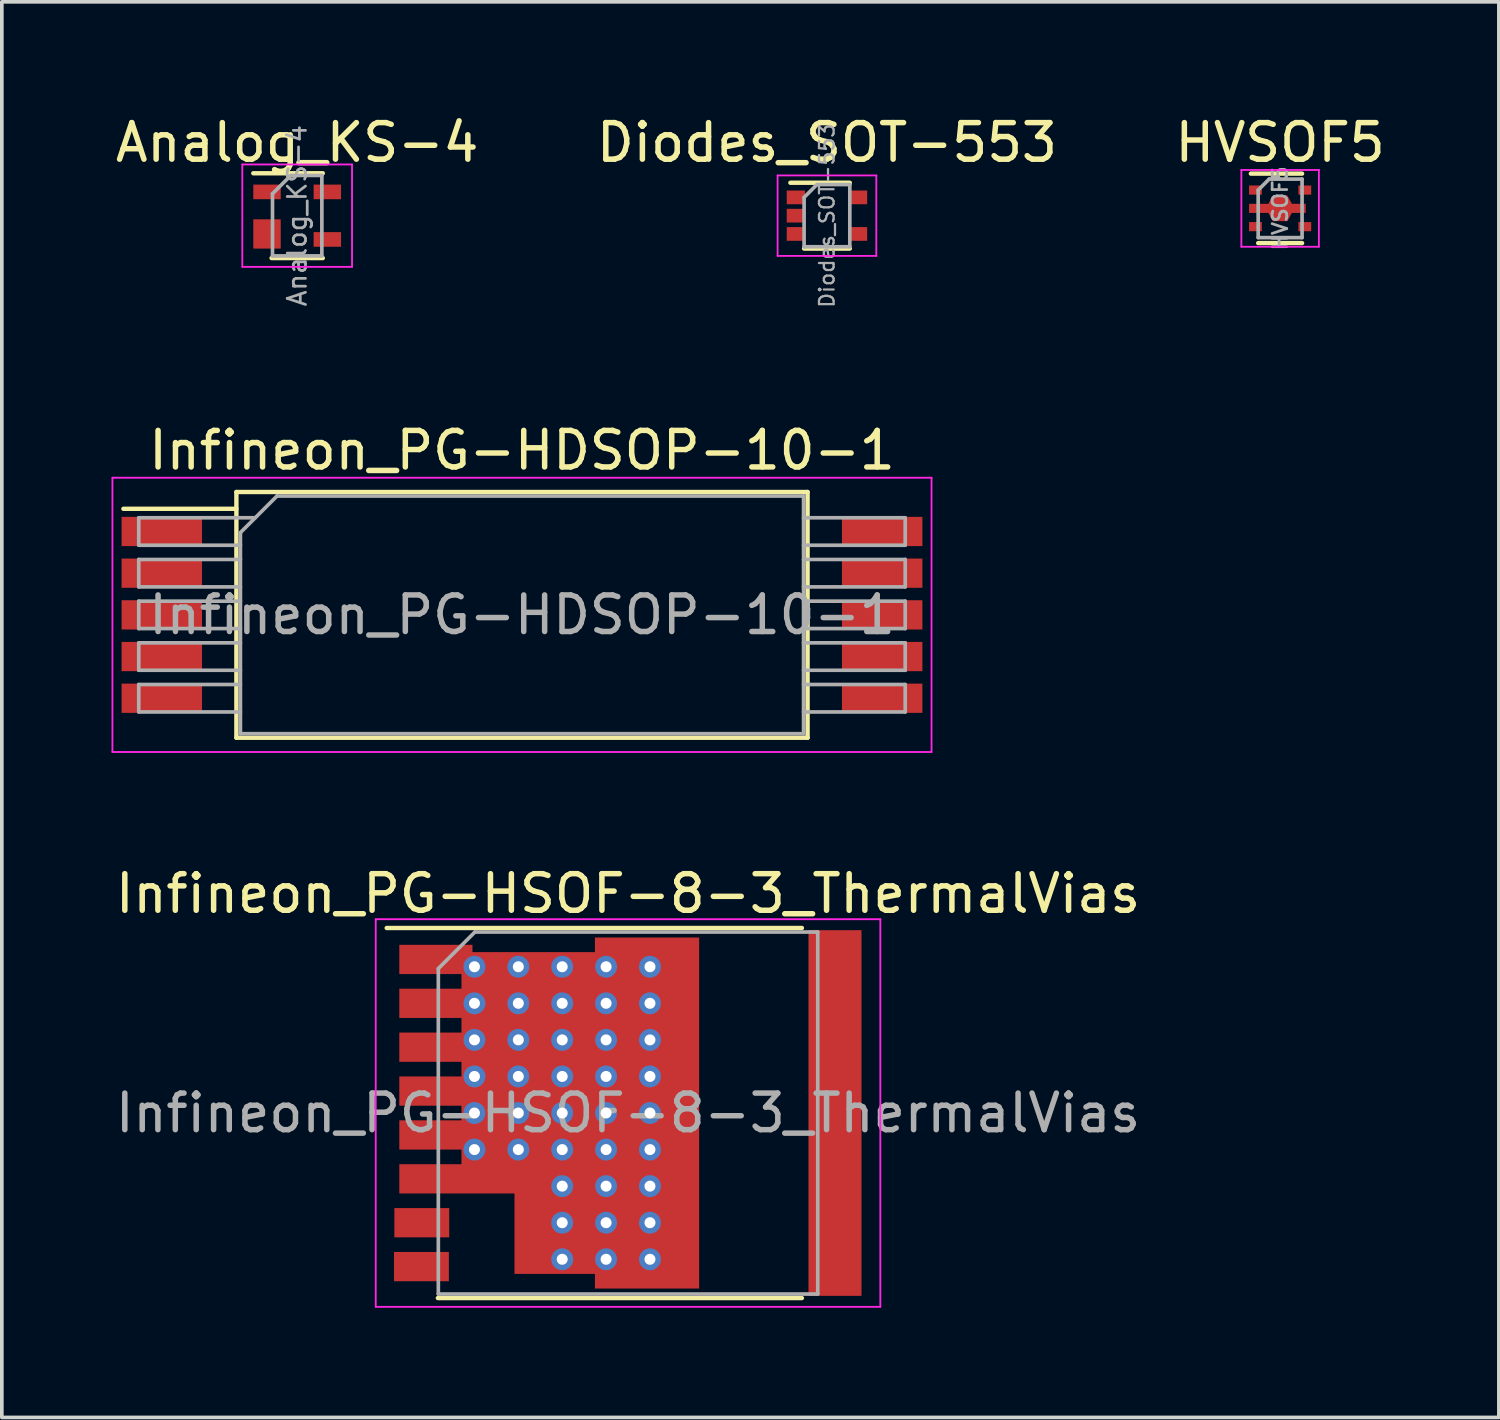
<source format=kicad_pcb>
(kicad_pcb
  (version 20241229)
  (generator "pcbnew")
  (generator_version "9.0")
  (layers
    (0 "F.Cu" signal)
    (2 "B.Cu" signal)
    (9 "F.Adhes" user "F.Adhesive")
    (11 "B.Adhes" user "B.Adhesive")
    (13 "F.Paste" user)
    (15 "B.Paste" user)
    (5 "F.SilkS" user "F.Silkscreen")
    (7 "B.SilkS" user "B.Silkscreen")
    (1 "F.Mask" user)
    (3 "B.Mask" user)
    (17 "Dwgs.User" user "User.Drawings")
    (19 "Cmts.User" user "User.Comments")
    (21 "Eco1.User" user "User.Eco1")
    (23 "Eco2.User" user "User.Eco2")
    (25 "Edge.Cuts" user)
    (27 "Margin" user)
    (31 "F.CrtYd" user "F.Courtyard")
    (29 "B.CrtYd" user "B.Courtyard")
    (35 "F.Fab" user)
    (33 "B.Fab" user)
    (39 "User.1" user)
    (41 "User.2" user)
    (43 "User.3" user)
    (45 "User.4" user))
  (footprint "Analog_KS-4"
    (layer "F.Cu")
    (at 5.077 2.848)
    (property "Reference" "Analog_KS-4" (at 0 -2 0) (layer "F.SilkS") (effects (font (size 1 1) (thickness 0.15))))
    (attr smd)
    (fp_line (start -0.7 1.16) (end 0.7 1.16) (stroke (width 0.12) (type solid)) (layer "F.SilkS"))
    (fp_line (start 0.7 -1.16) (end -1.2 -1.16) (stroke (width 0.12) (type solid)) (layer "F.SilkS"))
    (fp_line (start -1.5 -1.4) (end -1.5 1.4) (stroke (width 0.05) (type solid)) (layer "F.CrtYd"))
    (fp_line (start -1.5 -1.4) (end 1.5 -1.4) (stroke (width 0.05) (type solid)) (layer "F.CrtYd"))
    (fp_line (start -1.5 1.4) (end 1.5 1.4) (stroke (width 0.05) (type solid)) (layer "F.CrtYd"))
    (fp_line (start 1.5 1.4) (end 1.5 -1.4) (stroke (width 0.05) (type solid)) (layer "F.CrtYd"))
    (fp_line (start -0.675 -0.6) (end -0.675 1.1) (stroke (width 0.1) (type solid)) (layer "F.Fab"))
    (fp_line (start -0.175 -1.1) (end -0.675 -0.6) (stroke (width 0.1) (type solid)) (layer "F.Fab"))
    (fp_line (start 0.675 -1.1) (end -0.175 -1.1) (stroke (width 0.1) (type solid)) (layer "F.Fab"))
    (fp_line (start 0.675 -1.1) (end 0.675 1.1) (stroke (width 0.1) (type solid)) (layer "F.Fab"))
    (fp_line (start 0.675 1.1) (end -0.675 1.1) (stroke (width 0.1) (type solid)) (layer "F.Fab"))
    (fp_text user "${REFERENCE}" (at 0 0 90) (layer "F.Fab") (effects (font (size 0.5 0.5) (thickness 0.075))))
    (pad "1" smd rect (at -0.825 -0.65) (size 0.75 0.4) (layers "F.Cu" "F.Mask" "F.Paste"))
    (pad "2" smd rect (at -0.825 0.5) (size 0.75 0.8) (layers "F.Cu" "F.Mask" "F.Paste"))
    (pad "3" smd rect (at 0.825 0.65) (size 0.75 0.4) (layers "F.Cu" "F.Mask" "F.Paste"))
    (pad "4" smd rect (at 0.825 -0.65) (size 0.75 0.4) (layers "F.Cu" "F.Mask" "F.Paste")))
  (footprint "HVSOF5"
    (layer "F.Cu")
    (at 31.958 2.648)
    (property "Reference" "HVSOF5" (at 0 -1.8 0) (layer "F.SilkS") (effects (font (size 1 1) (thickness 0.15))))
    (attr smd)
    (fp_line (start -0.8 -0.95) (end 0.6 -0.95) (stroke (width 0.12) (type solid)) (layer "F.SilkS"))
    (fp_line (start -0.6 0.95) (end 0.6 0.95) (stroke (width 0.12) (type solid)) (layer "F.SilkS"))
    (fp_line (start -1.06 -1.05) (end -1.06 1.05) (stroke (width 0.05) (type solid)) (layer "F.CrtYd"))
    (fp_line (start -1.06 -1.05) (end 1.06 -1.05) (stroke (width 0.05) (type solid)) (layer "F.CrtYd"))
    (fp_line (start 1.06 1.05) (end -1.06 1.05) (stroke (width 0.05) (type solid)) (layer "F.CrtYd"))
    (fp_line (start 1.06 1.05) (end 1.06 -1.05) (stroke (width 0.05) (type solid)) (layer "F.CrtYd"))
    (fp_line (start -0.6 -0.5) (end -0.6 0.8) (stroke (width 0.1) (type solid)) (layer "F.Fab"))
    (fp_line (start -0.6 -0.5) (end -0.3 -0.8) (stroke (width 0.1) (type solid)) (layer "F.Fab"))
    (fp_line (start 0.6 -0.8) (end -0.3 -0.8) (stroke (width 0.1) (type solid)) (layer "F.Fab"))
    (fp_line (start 0.6 -0.8) (end 0.6 0.8) (stroke (width 0.1) (type solid)) (layer "F.Fab"))
    (fp_line (start 0.6 0.8) (end -0.6 0.8) (stroke (width 0.1) (type solid)) (layer "F.Fab"))
    (fp_text user "${REFERENCE}" (at 0 0 90) (layer "F.Fab") (effects (font (size 0.4 0.4) (thickness 0.075))))
    (pad "1" smd rect (at -0.675 -0.5 270) (size 0.25 0.35) (layers "F.Cu" "F.Mask" "F.Paste"))
    (pad "2" smd custom (at 0 0) (size 0.4 0.7) (layers "F.Cu" "F.Mask" "F.Paste") (options (anchor rect)) (primitives (gr_poly (pts (xy -0.85 -0.125) (xy 0.7 -0.125) (xy 0.7 0.125) (xy -0.85 0.125)) (width 0) (fill yes)) (gr_poly (pts (xy -0.32 -0.125) (xy -0.2 -0.35) (xy -0.2 -0.125)) (width 0) (fill yes)) (gr_poly (pts (xy 0.32 0.125) (xy 0.2 0.35) (xy 0.2 0.125)) (width 0) (fill yes)) (gr_poly (pts (xy 0.32 -0.125) (xy 0.2 -0.35) (xy 0.2 -0.125)) (width 0) (fill yes)) (gr_poly (pts (xy -0.32 0.125) (xy -0.2 0.35) (xy -0.2 0.125)) (width 0) (fill yes))))
    (pad "3" smd rect (at -0.675 0.5 270) (size 0.25 0.35) (layers "F.Cu" "F.Mask" "F.Paste"))
    (pad "4" smd rect (at 0.675 0.5 270) (size 0.25 0.35) (layers "F.Cu" "F.Mask" "F.Paste"))
    (pad "5" smd rect (at 0.675 -0.5 270) (size 0.25 0.35) (layers "F.Cu" "F.Mask" "F.Paste")))
  (footprint "Infineon_PG-HDSOP-10-1"
    (layer "F.Cu")
    (at 11.225 13.765)
    (property "Reference" "Infineon_PG-HDSOP-10-1" (at 0 -4.5 0) (layer "F.SilkS") (effects (font (size 1 1) (thickness 0.15))))
    (attr smd)
    (fp_line (start -10.9 -2.9) (end -7.81 -2.9) (stroke (width 0.12) (type solid)) (layer "F.SilkS"))
    (fp_line (start -7.81 -3.36) (end 7.81 -3.36) (stroke (width 0.12) (type solid)) (layer "F.SilkS"))
    (fp_line (start -7.81 3.36) (end -7.81 -3.36) (stroke (width 0.12) (type solid)) (layer "F.SilkS"))
    (fp_line (start -7.81 3.36) (end 7.81 3.36) (stroke (width 0.12) (type solid)) (layer "F.SilkS"))
    (fp_line (start 7.81 3.36) (end 7.81 -3.36) (stroke (width 0.12) (type solid)) (layer "F.SilkS"))
    (fp_line (start -11.2 -3.75) (end -11.2 3.75) (stroke (width 0.05) (type solid)) (layer "F.CrtYd"))
    (fp_line (start -11.2 -3.75) (end 11.2 -3.75) (stroke (width 0.05) (type solid)) (layer "F.CrtYd"))
    (fp_line (start -11.2 3.75) (end 11.2 3.75) (stroke (width 0.05) (type solid)) (layer "F.CrtYd"))
    (fp_line (start 11.2 -3.75) (end 11.2 3.75) (stroke (width 0.05) (type solid)) (layer "F.CrtYd"))
    (fp_line (start -10.48 -2.655) (end -10.48 -1.905) (stroke (width 0.1) (type solid)) (layer "F.Fab"))
    (fp_line (start -10.48 -1.905) (end -7.7 -1.905) (stroke (width 0.1) (type solid)) (layer "F.Fab"))
    (fp_line (start -10.48 -1.515) (end -10.48 -0.765) (stroke (width 0.1) (type solid)) (layer "F.Fab"))
    (fp_line (start -10.48 -0.765) (end -7.7 -0.765) (stroke (width 0.1) (type solid)) (layer "F.Fab"))
    (fp_line (start -10.48 -0.375) (end -10.48 0.375) (stroke (width 0.1) (type solid)) (layer "F.Fab"))
    (fp_line (start -10.48 0.375) (end -7.7 0.375) (stroke (width 0.1) (type solid)) (layer "F.Fab"))
    (fp_line (start -10.48 0.765) (end -10.48 1.515) (stroke (width 0.1) (type solid)) (layer "F.Fab"))
    (fp_line (start -10.48 1.515) (end -7.7 1.515) (stroke (width 0.1) (type solid)) (layer "F.Fab"))
    (fp_line (start -10.48 1.905) (end -10.48 2.655) (stroke (width 0.1) (type solid)) (layer "F.Fab"))
    (fp_line (start -10.48 2.655) (end -7.7 2.655) (stroke (width 0.1) (type solid)) (layer "F.Fab"))
    (fp_line (start -7.7 -1.515) (end -10.48 -1.515) (stroke (width 0.1) (type solid)) (layer "F.Fab"))
    (fp_line (start -7.7 -0.375) (end -10.48 -0.375) (stroke (width 0.1) (type solid)) (layer "F.Fab"))
    (fp_line (start -7.7 0.765) (end -10.48 0.765) (stroke (width 0.1) (type solid)) (layer "F.Fab"))
    (fp_line (start -7.7 1.905) (end -10.48 1.905) (stroke (width 0.1) (type solid)) (layer "F.Fab"))
    (fp_line (start -7.7 3.25) (end -7.7 -2.25) (stroke (width 0.1) (type solid)) (layer "F.Fab"))
    (fp_line (start -7.7 3.25) (end 7.7 3.25) (stroke (width 0.1) (type solid)) (layer "F.Fab"))
    (fp_line (start -7.3 -2.655) (end -10.48 -2.655) (stroke (width 0.1) (type solid)) (layer "F.Fab"))
    (fp_line (start -6.7 -3.25) (end -7.7 -2.25) (stroke (width 0.1) (type solid)) (layer "F.Fab"))
    (fp_line (start -6.7 -3.25) (end 7.7 -3.25) (stroke (width 0.1) (type solid)) (layer "F.Fab"))
    (fp_line (start 7.7 -2.655) (end 10.48 -2.655) (stroke (width 0.1) (type solid)) (layer "F.Fab"))
    (fp_line (start 7.7 -1.515) (end 10.48 -1.515) (stroke (width 0.1) (type solid)) (layer "F.Fab"))
    (fp_line (start 7.7 -0.375) (end 10.48 -0.375) (stroke (width 0.1) (type solid)) (layer "F.Fab"))
    (fp_line (start 7.7 0.765) (end 10.48 0.765) (stroke (width 0.1) (type solid)) (layer "F.Fab"))
    (fp_line (start 7.7 1.905) (end 10.48 1.905) (stroke (width 0.1) (type solid)) (layer "F.Fab"))
    (fp_line (start 7.7 3.25) (end 7.7 -3.25) (stroke (width 0.1) (type solid)) (layer "F.Fab"))
    (fp_line (start 10.48 -2.655) (end 10.48 -1.905) (stroke (width 0.1) (type solid)) (layer "F.Fab"))
    (fp_line (start 10.48 -1.905) (end 7.7 -1.905) (stroke (width 0.1) (type solid)) (layer "F.Fab"))
    (fp_line (start 10.48 -1.515) (end 10.48 -0.765) (stroke (width 0.1) (type solid)) (layer "F.Fab"))
    (fp_line (start 10.48 -0.765) (end 7.7 -0.765) (stroke (width 0.1) (type solid)) (layer "F.Fab"))
    (fp_line (start 10.48 -0.375) (end 10.48 0.375) (stroke (width 0.1) (type solid)) (layer "F.Fab"))
    (fp_line (start 10.48 0.375) (end 7.7 0.375) (stroke (width 0.1) (type solid)) (layer "F.Fab"))
    (fp_line (start 10.48 0.765) (end 10.48 1.515) (stroke (width 0.1) (type solid)) (layer "F.Fab"))
    (fp_line (start 10.48 1.515) (end 7.7 1.515) (stroke (width 0.1) (type solid)) (layer "F.Fab"))
    (fp_line (start 10.48 1.905) (end 10.48 2.655) (stroke (width 0.1) (type solid)) (layer "F.Fab"))
    (fp_line (start 10.48 2.655) (end 7.7 2.655) (stroke (width 0.1) (type solid)) (layer "F.Fab"))
    (fp_text user "${REFERENCE}" (at 0 0 0) (layer "F.Fab") (effects (font (size 1 1) (thickness 0.15))))
    (pad "1" smd rect (at -9.85 -2.28) (size 2.2 0.8) (layers "F.Cu" "F.Mask" "F.Paste"))
    (pad "2" smd rect (at -9.85 -1.14) (size 2.2 0.8) (layers "F.Cu" "F.Mask" "F.Paste"))
    (pad "3" smd rect (at -9.85 0) (size 2.2 0.8) (layers "F.Cu" "F.Mask" "F.Paste"))
    (pad "4" smd rect (at -9.85 1.14) (size 2.2 0.8) (layers "F.Cu" "F.Mask" "F.Paste"))
    (pad "5" smd rect (at -9.85 2.28) (size 2.2 0.8) (layers "F.Cu" "F.Mask" "F.Paste"))
    (pad "6" smd rect (at 9.85 2.28) (size 2.2 0.8) (layers "F.Cu" "F.Mask" "F.Paste"))
    (pad "7" smd rect (at 9.85 1.14) (size 2.2 0.8) (layers "F.Cu" "F.Mask" "F.Paste"))
    (pad "8" smd rect (at 9.85 0) (size 2.2 0.8) (layers "F.Cu" "F.Mask" "F.Paste"))
    (pad "9" smd rect (at 9.85 -1.14) (size 2.2 0.8) (layers "F.Cu" "F.Mask" "F.Paste"))
    (pad "10" smd rect (at 9.85 -2.28) (size 2.2 0.8) (layers "F.Cu" "F.Mask" "F.Paste")))
  (footprint "Infineon_PG-HSOF-8-3_ThermalVias"
    (layer "F.Cu")
    (at 14.125 27.388)
    (property "Reference" "Infineon_PG-HSOF-8-3_ThermalVias" (at 0 -6 0) (layer "F.SilkS") (effects (font (size 1 1) (thickness 0.15))))
    (attr smd)
    (fp_line (start -5.2 5.06) (end 4.755 5.06) (stroke (width 0.12) (type solid)) (layer "F.SilkS"))
    (fp_line (start 4.755 -5.06) (end -6.6 -5.06) (stroke (width 0.12) (type solid)) (layer "F.SilkS"))
    (fp_line (start -6.9 5.3) (end -6.9 -5.3) (stroke (width 0.05) (type solid)) (layer "F.CrtYd"))
    (fp_line (start -6.9 5.3) (end 6.9 5.3) (stroke (width 0.05) (type solid)) (layer "F.CrtYd"))
    (fp_line (start 6.9 -5.3) (end -6.9 -5.3) (stroke (width 0.05) (type solid)) (layer "F.CrtYd"))
    (fp_line (start 6.9 -5.3) (end 6.9 5.3) (stroke (width 0.05) (type solid)) (layer "F.CrtYd"))
    (fp_line (start -5.188 4.95) (end -5.188 -3.95) (stroke (width 0.1) (type solid)) (layer "F.Fab"))
    (fp_line (start -4.188 -4.95) (end -5.188 -3.95) (stroke (width 0.1) (type solid)) (layer "F.Fab"))
    (fp_line (start -4.188 -4.95) (end 5.188 -4.95) (stroke (width 0.1) (type solid)) (layer "F.Fab"))
    (fp_line (start 5.188 -4.95) (end 5.188 4.95) (stroke (width 0.1) (type solid)) (layer "F.Fab"))
    (fp_line (start 5.188 4.95) (end -5.188 4.95) (stroke (width 0.1) (type solid)) (layer "F.Fab"))
    (fp_text user "${REFERENCE}" (at 0 0 0) (layer "F.Fab") (effects (font (size 1 1) (thickness 0.15))))
    (pad "" smd rect (at -5.44 -4.2) (size 1.8 0.8) (layers "F.Paste"))
    (pad "" smd rect (at -5.44 -3) (size 1.8 0.8) (layers "F.Paste"))
    (pad "" smd rect (at -5.44 -1.8) (size 1.8 0.8) (layers "F.Paste"))
    (pad "" smd rect (at -5.44 -0.6) (size 1.8 0.8) (layers "F.Paste"))
    (pad "" smd rect (at -5.44 0.6) (size 1.8 0.8) (layers "F.Paste"))
    (pad "" smd rect (at -5.44 1.8) (size 1.8 0.8) (layers "F.Paste"))
    (pad "" smd rect (at -3.6 -2.25) (size 0.8 4.1) (layers "F.Paste"))
    (pad "" smd rect (at -3.6 1.15) (size 0.8 1.9) (layers "F.Paste"))
    (pad "" smd rect (at -2.4 -2.25) (size 0.8 4.1) (layers "F.Paste"))
    (pad "" smd rect (at -2.4 2.25) (size 0.8 4.1) (layers "F.Paste"))
    (pad "" smd rect (at -1.2 -2.25) (size 0.8 4.1) (layers "F.Paste"))
    (pad "" smd rect (at -1.2 2.25) (size 0.8 4.1) (layers "F.Paste"))
    (pad "" smd rect (at 0 -2.45) (size 0.8 4.5) (layers "F.Paste"))
    (pad "" smd rect (at 0 2.45) (size 0.8 4.5) (layers "F.Paste"))
    (pad "" smd rect (at 1.26 -2.45) (size 0.8 4.5) (layers "F.Paste"))
    (pad "" smd rect (at 1.26 2.45) (size 0.8 4.5) (layers "F.Paste"))
    (pad "" smd rect (at 5.65 -4) (size 1.35 1.5) (layers "F.Paste"))
    (pad "" smd rect (at 5.65 4) (size 1.35 1.5) (layers "F.Paste"))
    (pad "" smd rect (at 5.66 -2) (size 1.35 1.5) (layers "F.Paste"))
    (pad "" smd rect (at 5.66 0) (size 1.35 1.5) (layers "F.Paste"))
    (pad "" smd rect (at 5.66 2) (size 1.35 1.5) (layers "F.Paste"))
    (pad "D" smd rect (at 5.66 0) (size 1.45 10) (layers "F.Cu" "F.Mask"))
    (pad "G" smd rect (at -5.65 4.2) (size 1.5 0.8) (layers "F.Cu" "F.Mask" "F.Paste"))
    (pad "S" thru_hole circle (at -4.2 -4) (size 0.6 0.6) (drill 0.3) (layers "*.Cu"))
    (pad "S" thru_hole circle (at -4.2 -3) (size 0.6 0.6) (drill 0.3) (layers "*.Cu"))
    (pad "S" thru_hole circle (at -4.2 -2) (size 0.6 0.6) (drill 0.3) (layers "*.Cu"))
    (pad "S" thru_hole circle (at -4.2 -1) (size 0.6 0.6) (drill 0.3) (layers "*.Cu"))
    (pad "S" thru_hole circle (at -4.2 0) (size 0.6 0.6) (drill 0.3) (layers "*.Cu"))
    (pad "S" thru_hole circle (at -4.2 1) (size 0.6 0.6) (drill 0.3) (layers "*.Cu"))
    (pad "S" thru_hole circle (at -3 -4) (size 0.6 0.6) (drill 0.3) (layers "*.Cu"))
    (pad "S" thru_hole circle (at -3 -3) (size 0.6 0.6) (drill 0.3) (layers "*.Cu"))
    (pad "S" thru_hole circle (at -3 -2) (size 0.6 0.6) (drill 0.3) (layers "*.Cu"))
    (pad "S" thru_hole circle (at -3 -1) (size 0.6 0.6) (drill 0.3) (layers "*.Cu"))
    (pad "S" thru_hole circle (at -3 0) (size 0.6 0.6) (drill 0.3) (layers "*.Cu"))
    (pad "S" thru_hole circle (at -3 1) (size 0.6 0.6) (drill 0.3) (layers "*.Cu"))
    (pad "S" thru_hole circle (at -1.8 -4) (size 0.6 0.6) (drill 0.3) (layers "*.Cu"))
    (pad "S" thru_hole circle (at -1.8 -3) (size 0.6 0.6) (drill 0.3) (layers "*.Cu"))
    (pad "S" thru_hole circle (at -1.8 -2) (size 0.6 0.6) (drill 0.3) (layers "*.Cu"))
    (pad "S" thru_hole circle (at -1.8 -1) (size 0.6 0.6) (drill 0.3) (layers "*.Cu"))
    (pad "S" thru_hole circle (at -1.8 0) (size 0.6 0.6) (drill 0.3) (layers "*.Cu"))
    (pad "S" thru_hole circle (at -1.8 1) (size 0.6 0.6) (drill 0.3) (layers "*.Cu"))
    (pad "S" thru_hole circle (at -1.8 2) (size 0.6 0.6) (drill 0.3) (layers "*.Cu"))
    (pad "S" thru_hole circle (at -1.8 3) (size 0.6 0.6) (drill 0.3) (layers "*.Cu"))
    (pad "S" thru_hole circle (at -1.8 4) (size 0.6 0.6) (drill 0.3) (layers "*.Cu"))
    (pad "S" thru_hole circle (at -0.6 -4) (size 0.6 0.6) (drill 0.3) (layers "*.Cu"))
    (pad "S" thru_hole circle (at -0.6 -3) (size 0.6 0.6) (drill 0.3) (layers "*.Cu"))
    (pad "S" thru_hole circle (at -0.6 -2) (size 0.6 0.6) (drill 0.3) (layers "*.Cu"))
    (pad "S" thru_hole circle (at -0.6 -1) (size 0.6 0.6) (drill 0.3) (layers "*.Cu"))
    (pad "S" thru_hole circle (at -0.6 0) (size 0.6 0.6) (drill 0.3) (layers "*.Cu"))
    (pad "S" thru_hole circle (at -0.6 1) (size 0.6 0.6) (drill 0.3) (layers "*.Cu"))
    (pad "S" thru_hole circle (at -0.6 2) (size 0.6 0.6) (drill 0.3) (layers "*.Cu"))
    (pad "S" thru_hole circle (at -0.6 3) (size 0.6 0.6) (drill 0.3) (layers "*.Cu"))
    (pad "S" thru_hole circle (at -0.6 4) (size 0.6 0.6) (drill 0.3) (layers "*.Cu"))
    (pad "S" smd custom (at 0.52 0) (size 2.85 9.6) (layers "F.Cu" "F.Mask") (options (anchor rect)) (primitives (gr_poly (pts (xy -3.625 -4.4) (xy -1.425 -4.4) (xy -1.425 4.4) (xy -3.625 4.4)) (width 0) (fill yes)) (gr_poly (pts (xy -5.075 -4.4) (xy -3.625 -4.4) (xy -3.625 2.2) (xy -5.075 2.2)) (width 0) (fill yes)) (gr_poly (pts (xy -6.775 -4.6) (xy -4.775 -4.6) (xy -4.775 -3.8) (xy -6.775 -3.8)) (width 0) (fill yes)) (gr_poly (pts (xy -6.775 -3.4) (xy -4.775 -3.4) (xy -4.775 -2.6) (xy -6.775 -2.6)) (width 0) (fill yes)) (gr_poly (pts (xy -6.775 -2.2) (xy -4.775 -2.2) (xy -4.775 -1.4) (xy -6.775 -1.4)) (width 0) (fill yes)) (gr_poly (pts (xy -6.775 -1) (xy -4.775 -1) (xy -4.775 -0.2) (xy -6.775 -0.2)) (width 0) (fill yes)) (gr_poly (pts (xy -6.775 0.2) (xy -4.775 0.2) (xy -4.775 1) (xy -6.775 1)) (width 0) (fill yes)) (gr_poly (pts (xy -6.775 1.4) (xy -4.775 1.4) (xy -4.775 2.2) (xy -6.775 2.2)) (width 0) (fill yes))))
    (pad "S" thru_hole circle (at 0.6 -4) (size 0.6 0.6) (drill 0.3) (layers "*.Cu"))
    (pad "S" thru_hole circle (at 0.6 -3) (size 0.6 0.6) (drill 0.3) (layers "*.Cu"))
    (pad "S" thru_hole circle (at 0.6 -2) (size 0.6 0.6) (drill 0.3) (layers "*.Cu"))
    (pad "S" thru_hole circle (at 0.6 -1) (size 0.6 0.6) (drill 0.3) (layers "*.Cu"))
    (pad "S" thru_hole circle (at 0.6 0) (size 0.6 0.6) (drill 0.3) (layers "*.Cu"))
    (pad "S" thru_hole circle (at 0.6 1) (size 0.6 0.6) (drill 0.3) (layers "*.Cu"))
    (pad "S" thru_hole circle (at 0.6 2) (size 0.6 0.6) (drill 0.3) (layers "*.Cu"))
    (pad "S" thru_hole circle (at 0.6 3) (size 0.6 0.6) (drill 0.3) (layers "*.Cu"))
    (pad "S" thru_hole circle (at 0.6 4) (size 0.6 0.6) (drill 0.3) (layers "*.Cu"))
    (pad "SS" smd rect (at -5.64 3) (size 1.5 0.8) (layers "F.Cu" "F.Mask" "F.Paste")))
  (footprint "Diodes_SOT-553"
    (layer "F.Cu")
    (at 19.565 2.848)
    (property "Reference" "Diodes_SOT-553" (at 0 -2 0) (layer "F.SilkS") (effects (font (size 1 1) (thickness 0.15))))
    (attr smd)
    (fp_line (start -1 -0.9) (end 0.625 -0.9) (stroke (width 0.12) (type solid)) (layer "F.SilkS"))
    (fp_line (start 0.625 0.9) (end -0.625 0.9) (stroke (width 0.12) (type solid)) (layer "F.SilkS"))
    (fp_line (start -1.35 -1.1) (end -1.35 1.1) (stroke (width 0.05) (type solid)) (layer "F.CrtYd"))
    (fp_line (start -1.35 -1.1) (end 1.35 -1.1) (stroke (width 0.05) (type solid)) (layer "F.CrtYd"))
    (fp_line (start 1.35 1.1) (end -1.35 1.1) (stroke (width 0.05) (type solid)) (layer "F.CrtYd"))
    (fp_line (start 1.35 1.1) (end 1.35 -1.1) (stroke (width 0.05) (type solid)) (layer "F.CrtYd"))
    (fp_line (start -0.625 -0.5) (end -0.625 0.85) (stroke (width 0.1) (type solid)) (layer "F.Fab"))
    (fp_line (start -0.625 -0.5) (end -0.275 -0.85) (stroke (width 0.1) (type solid)) (layer "F.Fab"))
    (fp_line (start -0.625 0.85) (end 0.625 0.85) (stroke (width 0.1) (type solid)) (layer "F.Fab"))
    (fp_line (start 0.625 -0.85) (end -0.25 -0.85) (stroke (width 0.1) (type solid)) (layer "F.Fab"))
    (fp_line (start 0.625 0.85) (end 0.625 -0.85) (stroke (width 0.1) (type solid)) (layer "F.Fab"))
    (fp_text user "${REFERENCE}" (at 0 0 90) (layer "F.Fab") (effects (font (size 0.4 0.4) (thickness 0.062))))
    (pad "1" smd rect (at -0.85 -0.5) (size 0.5 0.375) (layers "F.Cu" "F.Mask" "F.Paste"))
    (pad "2" smd rect (at -0.85 0) (size 0.5 0.375) (layers "F.Cu" "F.Mask" "F.Paste"))
    (pad "3" smd rect (at -0.85 0.5) (size 0.5 0.375) (layers "F.Cu" "F.Mask" "F.Paste"))
    (pad "4" smd rect (at 0.85 0.5) (size 0.5 0.375) (layers "F.Cu" "F.Mask" "F.Paste"))
    (pad "5" smd rect (at 0.85 -0.5) (size 0.5 0.375) (layers "F.Cu" "F.Mask" "F.Paste")))
  (gr_rect
    (start -3 -3)
    (end 37.94 35.713)
    (stroke (width 0.1) (type default))
    (fill no)
    (layer "Edge.Cuts")))
</source>
